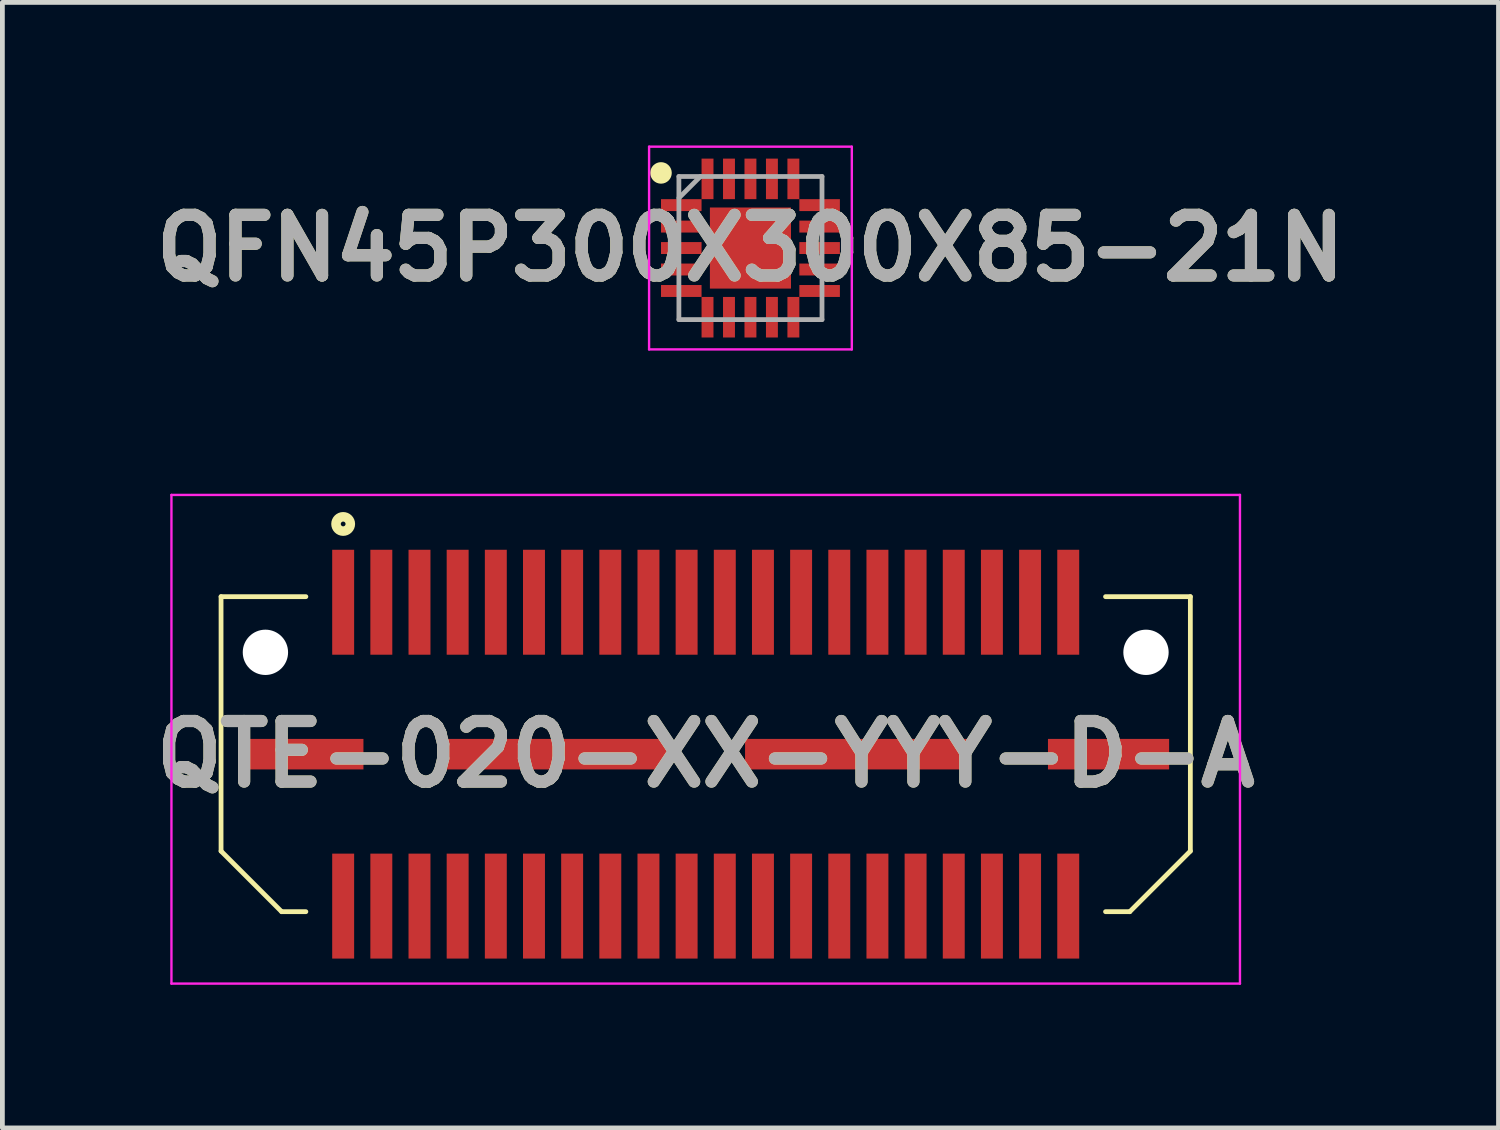
<source format=kicad_pcb>
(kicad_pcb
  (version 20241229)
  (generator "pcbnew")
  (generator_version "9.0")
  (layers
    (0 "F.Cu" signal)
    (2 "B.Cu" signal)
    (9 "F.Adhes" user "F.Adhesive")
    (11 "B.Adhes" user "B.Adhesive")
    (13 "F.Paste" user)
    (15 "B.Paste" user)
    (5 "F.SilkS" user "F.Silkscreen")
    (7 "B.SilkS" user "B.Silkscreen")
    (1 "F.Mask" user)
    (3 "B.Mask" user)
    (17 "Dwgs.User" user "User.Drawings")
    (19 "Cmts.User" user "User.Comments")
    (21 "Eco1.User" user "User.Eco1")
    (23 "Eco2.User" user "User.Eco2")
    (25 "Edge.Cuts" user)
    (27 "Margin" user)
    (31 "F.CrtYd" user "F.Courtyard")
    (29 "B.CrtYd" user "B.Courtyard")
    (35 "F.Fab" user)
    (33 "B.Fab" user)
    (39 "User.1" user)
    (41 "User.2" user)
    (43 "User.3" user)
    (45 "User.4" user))
  (footprint "QFN45P300X300X85-21N"
    (layer "F.Cu")
    (at 12.682 2.15)
    (property "Reference" "QFN45P300X300X85-21N" (at 0 0 0) (layer "F.SilkS") (effects (font (size 1.27 1.27) (thickness 0.254))))
    (attr smd)
    (fp_circle (center -1.875 -1.575) (end -1.875 -1.462) (stroke (width 0.225) (type solid)) (fill no) (layer "F.SilkS"))
    (fp_line (start -2.125 -2.125) (end 2.125 -2.125) (stroke (width 0.05) (type solid)) (layer "F.CrtYd"))
    (fp_line (start -2.125 2.125) (end -2.125 -2.125) (stroke (width 0.05) (type solid)) (layer "F.CrtYd"))
    (fp_line (start 2.125 -2.125) (end 2.125 2.125) (stroke (width 0.05) (type solid)) (layer "F.CrtYd"))
    (fp_line (start 2.125 2.125) (end -2.125 2.125) (stroke (width 0.05) (type solid)) (layer "F.CrtYd"))
    (fp_line (start -1.5 -1.5) (end 1.5 -1.5) (stroke (width 0.1) (type solid)) (layer "F.Fab"))
    (fp_line (start -1.5 -1.05) (end -1.05 -1.5) (stroke (width 0.1) (type solid)) (layer "F.Fab"))
    (fp_line (start -1.5 1.5) (end -1.5 -1.5) (stroke (width 0.1) (type solid)) (layer "F.Fab"))
    (fp_line (start 1.5 -1.5) (end 1.5 1.5) (stroke (width 0.1) (type solid)) (layer "F.Fab"))
    (fp_line (start 1.5 1.5) (end -1.5 1.5) (stroke (width 0.1) (type solid)) (layer "F.Fab"))
    (fp_text user "${REFERENCE}" (at 0 0 0) (layer "F.Fab") (effects (font (size 1.27 1.27) (thickness 0.254))))
    (pad "1" smd rect (at -1.45 -0.9 90) (size 0.25 0.85) (layers "F.Cu" "F.Mask" "F.Paste"))
    (pad "2" smd rect (at -1.45 -0.45 90) (size 0.25 0.85) (layers "F.Cu" "F.Mask" "F.Paste"))
    (pad "3" smd rect (at -1.45 0 90) (size 0.25 0.85) (layers "F.Cu" "F.Mask" "F.Paste"))
    (pad "4" smd rect (at -1.45 0.45 90) (size 0.25 0.85) (layers "F.Cu" "F.Mask" "F.Paste"))
    (pad "5" smd rect (at -1.45 0.9 90) (size 0.25 0.85) (layers "F.Cu" "F.Mask" "F.Paste"))
    (pad "6" smd rect (at -0.9 1.45) (size 0.25 0.85) (layers "F.Cu" "F.Mask" "F.Paste"))
    (pad "7" smd rect (at -0.45 1.45) (size 0.25 0.85) (layers "F.Cu" "F.Mask" "F.Paste"))
    (pad "8" smd rect (at 0 1.45) (size 0.25 0.85) (layers "F.Cu" "F.Mask" "F.Paste"))
    (pad "9" smd rect (at 0.45 1.45) (size 0.25 0.85) (layers "F.Cu" "F.Mask" "F.Paste"))
    (pad "10" smd rect (at 0.9 1.45) (size 0.25 0.85) (layers "F.Cu" "F.Mask" "F.Paste"))
    (pad "11" smd rect (at 1.45 0.9 90) (size 0.25 0.85) (layers "F.Cu" "F.Mask" "F.Paste"))
    (pad "12" smd rect (at 1.45 0.45 90) (size 0.25 0.85) (layers "F.Cu" "F.Mask" "F.Paste"))
    (pad "13" smd rect (at 1.45 0 90) (size 0.25 0.85) (layers "F.Cu" "F.Mask" "F.Paste"))
    (pad "14" smd rect (at 1.45 -0.45 90) (size 0.25 0.85) (layers "F.Cu" "F.Mask" "F.Paste"))
    (pad "15" smd rect (at 1.45 -0.9 90) (size 0.25 0.85) (layers "F.Cu" "F.Mask" "F.Paste"))
    (pad "16" smd rect (at 0.9 -1.45) (size 0.25 0.85) (layers "F.Cu" "F.Mask" "F.Paste"))
    (pad "17" smd rect (at 0.45 -1.45) (size 0.25 0.85) (layers "F.Cu" "F.Mask" "F.Paste"))
    (pad "18" smd rect (at 0 -1.45) (size 0.25 0.85) (layers "F.Cu" "F.Mask" "F.Paste"))
    (pad "19" smd rect (at -0.45 -1.45) (size 0.25 0.85) (layers "F.Cu" "F.Mask" "F.Paste"))
    (pad "20" smd rect (at -0.9 -1.45) (size 0.25 0.85) (layers "F.Cu" "F.Mask" "F.Paste"))
    (pad "21" smd rect (at 0 0) (size 1.7 1.7) (layers "F.Cu" "F.Mask" "F.Paste")))
  (footprint "QTE-020-XX-YYY-D-A"
    (layer "F.Cu")
    (at 11.744 12.76)
    (property "Reference" "QTE-020-XX-YYY-D-A" (at 0 0 0) (layer "F.SilkS") (effects (font (size 1.27 1.27) (thickness 0.254))))
    (attr through_hole)
    (fp_line (start -10.16 -3.302) (end -8.382 -3.302) (stroke (width 0.1) (type default)) (layer "F.SilkS"))
    (fp_line (start -10.16 2.032) (end -10.16 -3.302) (stroke (width 0.1) (type solid)) (layer "F.SilkS"))
    (fp_line (start -8.89 3.302) (end -10.16 2.032) (stroke (width 0.1) (type default)) (layer "F.SilkS"))
    (fp_line (start -8.89 3.302) (end -8.382 3.302) (stroke (width 0.1) (type default)) (layer "F.SilkS"))
    (fp_line (start 8.89 3.302) (end 8.382 3.302) (stroke (width 0.1) (type default)) (layer "F.SilkS"))
    (fp_line (start 8.89 3.302) (end 10.16 2.032) (stroke (width 0.1) (type default)) (layer "F.SilkS"))
    (fp_line (start 10.16 -3.302) (end 8.382 -3.302) (stroke (width 0.1) (type default)) (layer "F.SilkS"))
    (fp_line (start 10.16 -3.302) (end 10.16 2.032) (stroke (width 0.1) (type solid)) (layer "F.SilkS"))
    (fp_circle (center -7.6 -4.826) (end -7.6 -4.776) (stroke (width 0.2) (type solid)) (fill no) (layer "F.SilkS"))
    (fp_line (start -11.2 -5.435) (end 11.2 -5.435) (stroke (width 0.05) (type solid)) (layer "F.CrtYd"))
    (fp_line (start -11.2 4.81) (end -11.2 -5.435) (stroke (width 0.05) (type solid)) (layer "F.CrtYd"))
    (fp_line (start 11.2 -5.435) (end 11.2 4.81) (stroke (width 0.05) (type solid)) (layer "F.CrtYd"))
    (fp_line (start 11.2 4.81) (end -11.2 4.81) (stroke (width 0.05) (type solid)) (layer "F.CrtYd"))
    (fp_text user "${REFERENCE}" (at 0 0 0) (layer "F.Fab") (effects (font (size 1.27 1.27) (thickness 0.254))))
    (pad "" np_thru_hole circle (at -9.23 -2.135) (size 0.95 0.95) (drill 0.95) (layers "*.Cu" "*.Mask"))
    (pad "" np_thru_hole circle (at 9.23 -2.135) (size 0.95 0.95) (drill 0.95) (layers "*.Cu" "*.Mask"))
    (pad "0" smd rect (at -8.445 0 90) (size 0.64 2.54) (layers "F.Cu" "F.Mask" "F.Paste"))
    (pad "0" smd rect (at -3.175 0 90) (size 0.64 4.7) (layers "F.Cu" "F.Mask" "F.Paste"))
    (pad "0" smd rect (at 3.175 0 90) (size 0.64 4.7) (layers "F.Cu" "F.Mask" "F.Paste"))
    (pad "0" smd rect (at 8.445 0 90) (size 0.64 2.54) (layers "F.Cu" "F.Mask" "F.Paste"))
    (pad "1" smd rect (at -7.6 -3.185) (size 0.46 2.2) (layers "F.Cu" "F.Mask" "F.Paste"))
    (pad "2" smd rect (at -7.6 3.185) (size 0.46 2.2) (layers "F.Cu" "F.Mask" "F.Paste"))
    (pad "3" smd rect (at -6.8 -3.185) (size 0.46 2.2) (layers "F.Cu" "F.Mask" "F.Paste"))
    (pad "4" smd rect (at -6.8 3.185) (size 0.46 2.2) (layers "F.Cu" "F.Mask" "F.Paste"))
    (pad "5" smd rect (at -6 -3.185) (size 0.46 2.2) (layers "F.Cu" "F.Mask" "F.Paste"))
    (pad "6" smd rect (at -6 3.185) (size 0.46 2.2) (layers "F.Cu" "F.Mask" "F.Paste"))
    (pad "7" smd rect (at -5.2 -3.185) (size 0.46 2.2) (layers "F.Cu" "F.Mask" "F.Paste"))
    (pad "8" smd rect (at -5.2 3.185) (size 0.46 2.2) (layers "F.Cu" "F.Mask" "F.Paste"))
    (pad "9" smd rect (at -4.4 -3.185) (size 0.46 2.2) (layers "F.Cu" "F.Mask" "F.Paste"))
    (pad "10" smd rect (at -4.4 3.185) (size 0.46 2.2) (layers "F.Cu" "F.Mask" "F.Paste"))
    (pad "11" smd rect (at -3.6 -3.185) (size 0.46 2.2) (layers "F.Cu" "F.Mask" "F.Paste"))
    (pad "12" smd rect (at -3.6 3.185) (size 0.46 2.2) (layers "F.Cu" "F.Mask" "F.Paste"))
    (pad "13" smd rect (at -2.8 -3.185) (size 0.46 2.2) (layers "F.Cu" "F.Mask" "F.Paste"))
    (pad "14" smd rect (at -2.8 3.185) (size 0.46 2.2) (layers "F.Cu" "F.Mask" "F.Paste"))
    (pad "15" smd rect (at -2 -3.185) (size 0.46 2.2) (layers "F.Cu" "F.Mask" "F.Paste"))
    (pad "16" smd rect (at -2 3.185) (size 0.46 2.2) (layers "F.Cu" "F.Mask" "F.Paste"))
    (pad "17" smd rect (at -1.2 -3.185) (size 0.46 2.2) (layers "F.Cu" "F.Mask" "F.Paste"))
    (pad "18" smd rect (at -1.2 3.185) (size 0.46 2.2) (layers "F.Cu" "F.Mask" "F.Paste"))
    (pad "19" smd rect (at -0.4 -3.185) (size 0.46 2.2) (layers "F.Cu" "F.Mask" "F.Paste"))
    (pad "20" smd rect (at -0.4 3.185) (size 0.46 2.2) (layers "F.Cu" "F.Mask" "F.Paste"))
    (pad "21" smd rect (at 0.4 -3.185) (size 0.46 2.2) (layers "F.Cu" "F.Mask" "F.Paste"))
    (pad "22" smd rect (at 0.4 3.185) (size 0.46 2.2) (layers "F.Cu" "F.Mask" "F.Paste"))
    (pad "23" smd rect (at 1.2 -3.185) (size 0.46 2.2) (layers "F.Cu" "F.Mask" "F.Paste"))
    (pad "24" smd rect (at 1.2 3.185) (size 0.46 2.2) (layers "F.Cu" "F.Mask" "F.Paste"))
    (pad "25" smd rect (at 2 -3.185) (size 0.46 2.2) (layers "F.Cu" "F.Mask" "F.Paste"))
    (pad "26" smd rect (at 2 3.185) (size 0.46 2.2) (layers "F.Cu" "F.Mask" "F.Paste"))
    (pad "27" smd rect (at 2.8 -3.185) (size 0.46 2.2) (layers "F.Cu" "F.Mask" "F.Paste"))
    (pad "28" smd rect (at 2.8 3.185) (size 0.46 2.2) (layers "F.Cu" "F.Mask" "F.Paste"))
    (pad "29" smd rect (at 3.6 -3.185) (size 0.46 2.2) (layers "F.Cu" "F.Mask" "F.Paste"))
    (pad "30" smd rect (at 3.6 3.185) (size 0.46 2.2) (layers "F.Cu" "F.Mask" "F.Paste"))
    (pad "31" smd rect (at 4.4 -3.185) (size 0.46 2.2) (layers "F.Cu" "F.Mask" "F.Paste"))
    (pad "32" smd rect (at 4.4 3.185) (size 0.46 2.2) (layers "F.Cu" "F.Mask" "F.Paste"))
    (pad "33" smd rect (at 5.2 -3.185) (size 0.46 2.2) (layers "F.Cu" "F.Mask" "F.Paste"))
    (pad "34" smd rect (at 5.2 3.185) (size 0.46 2.2) (layers "F.Cu" "F.Mask" "F.Paste"))
    (pad "35" smd rect (at 6 -3.185) (size 0.46 2.2) (layers "F.Cu" "F.Mask" "F.Paste"))
    (pad "36" smd rect (at 6 3.185) (size 0.46 2.2) (layers "F.Cu" "F.Mask" "F.Paste"))
    (pad "37" smd rect (at 6.8 -3.185) (size 0.46 2.2) (layers "F.Cu" "F.Mask" "F.Paste"))
    (pad "38" smd rect (at 6.8 3.185) (size 0.46 2.2) (layers "F.Cu" "F.Mask" "F.Paste"))
    (pad "39" smd rect (at 7.6 -3.185) (size 0.46 2.2) (layers "F.Cu" "F.Mask" "F.Paste"))
    (pad "40" smd rect (at 7.6 3.185) (size 0.46 2.2) (layers "F.Cu" "F.Mask" "F.Paste")))
  (gr_rect
    (start -3 -3)
    (end 28.364 20.595)
    (stroke (width 0.1) (type default))
    (fill no)
    (layer "Edge.Cuts")))
</source>
